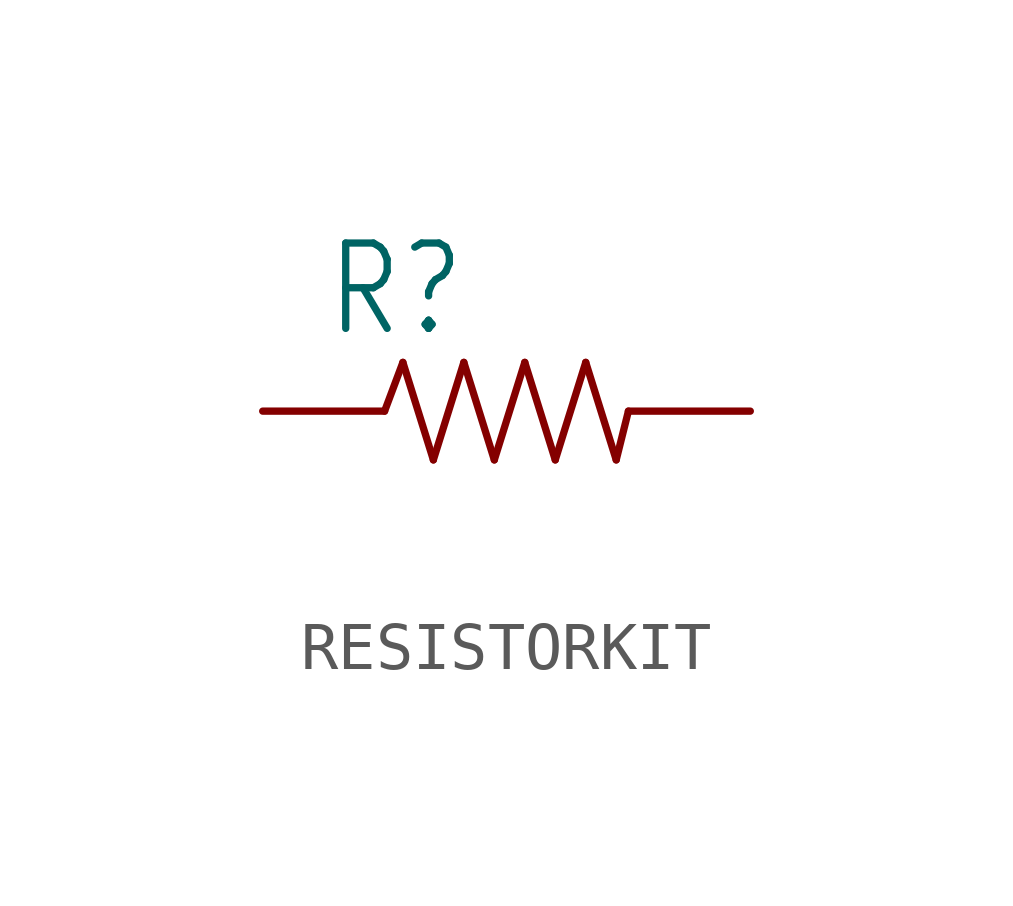
<source format=kicad_sym>
(kicad_symbol_lib
  (version 20220914)
  (generator kicad_symbol_editor)
  (symbol "RESISTORKIT"
    (property "Reference" "R"
      (at -3.81 1.499 0)
      (effects (font (size 1.778 1.511)) (justify left bottom)))
    (property "Value" ""
      (at -3.81 -3.302 0)
      (effects (font (size 1.778 1.511)) (justify left bottom)))
    (property "ki_locked" ""
      (at 0 0 0)
      (effects (font (size 1.27 1.27))))
    (symbol "RESISTORKIT_1_0"
      (polyline (pts (xy -2.54 0) (xy -2.159 1.016)) (stroke (width 0.152) (type solid)) (fill (type none)))
      (polyline (pts (xy -2.159 1.016) (xy -1.524 -1.016)) (stroke (width 0.152) (type solid)) (fill (type none)))
      (polyline (pts (xy -1.524 -1.016) (xy -0.889 1.016)) (stroke (width 0.152) (type solid)) (fill (type none)))
      (polyline (pts (xy -0.889 1.016) (xy -0.254 -1.016)) (stroke (width 0.152) (type solid)) (fill (type none)))
      (polyline (pts (xy -0.254 -1.016) (xy 0.381 1.016)) (stroke (width 0.152) (type solid)) (fill (type none)))
      (polyline (pts (xy 0.381 1.016) (xy 1.016 -1.016)) (stroke (width 0.152) (type solid)) (fill (type none)))
      (polyline (pts (xy 1.016 -1.016) (xy 1.651 1.016)) (stroke (width 0.152) (type solid)) (fill (type none)))
      (polyline (pts (xy 1.651 1.016) (xy 2.286 -1.016)) (stroke (width 0.152) (type solid)) (fill (type none)))
      (polyline (pts (xy 2.286 -1.016) (xy 2.54 0)) (stroke (width 0.152) (type solid)) (fill (type none)))
      (pin passive line (at -5.08 0 0) (length 2.54) (name "1" (effects (font (size 0 0)))) (number "P$1" (effects (font (size 0 0)))))
      (pin passive line (at 5.08 0 180) (length 2.54) (name "2" (effects (font (size 0 0)))) (number "P$2" (effects (font (size 0 0))))))))
</source>
